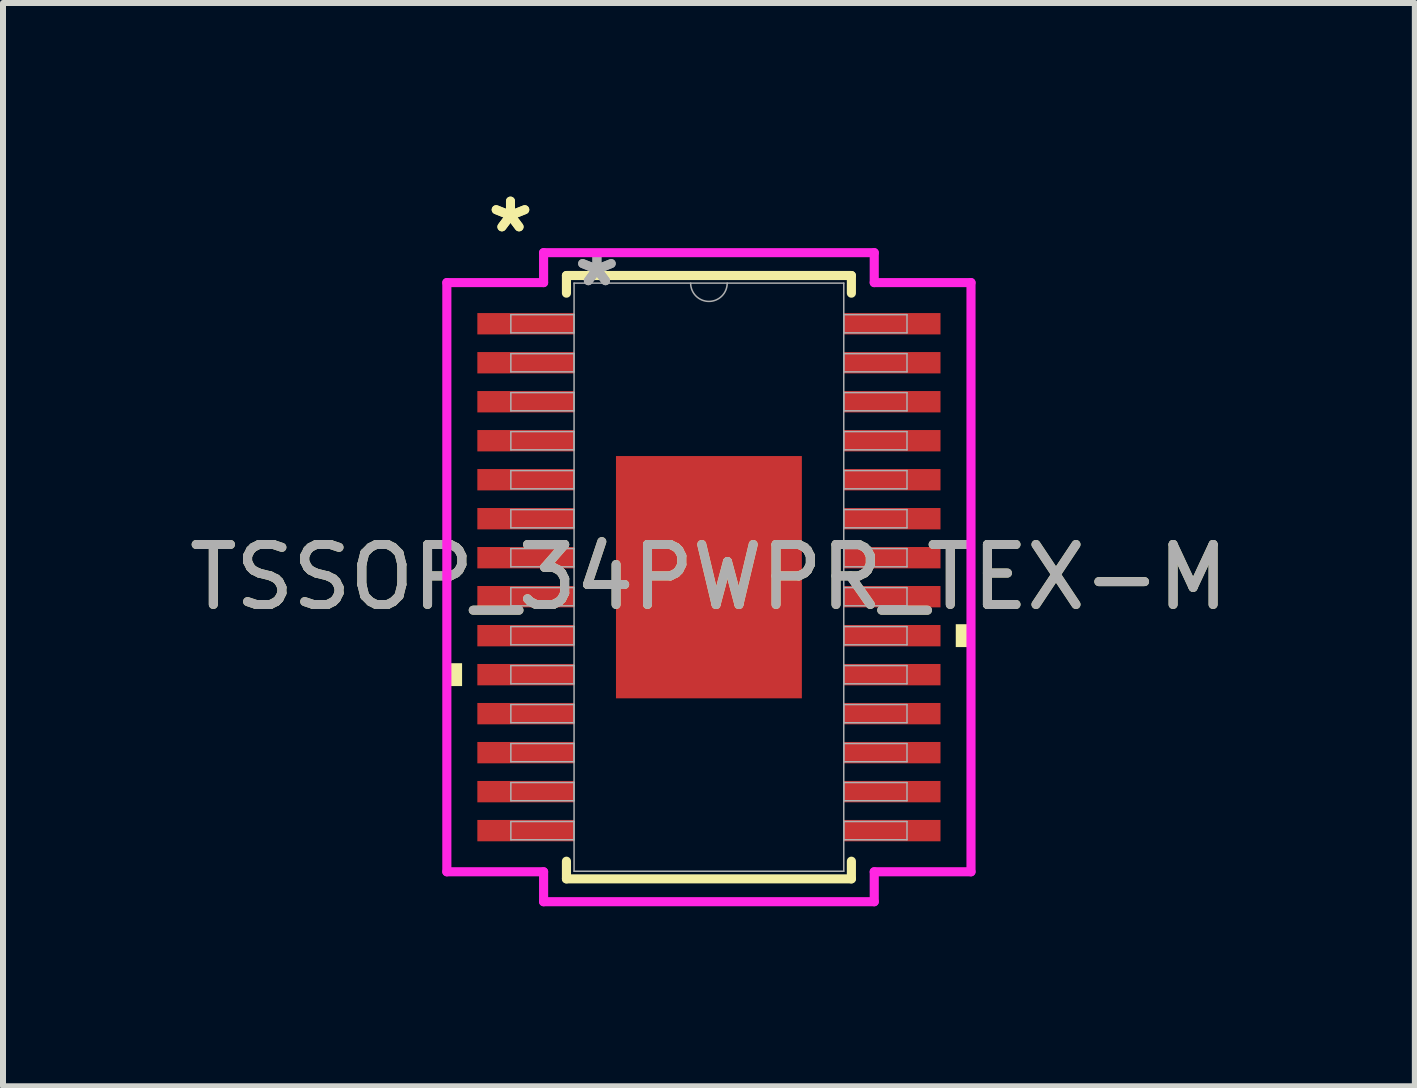
<source format=kicad_pcb>
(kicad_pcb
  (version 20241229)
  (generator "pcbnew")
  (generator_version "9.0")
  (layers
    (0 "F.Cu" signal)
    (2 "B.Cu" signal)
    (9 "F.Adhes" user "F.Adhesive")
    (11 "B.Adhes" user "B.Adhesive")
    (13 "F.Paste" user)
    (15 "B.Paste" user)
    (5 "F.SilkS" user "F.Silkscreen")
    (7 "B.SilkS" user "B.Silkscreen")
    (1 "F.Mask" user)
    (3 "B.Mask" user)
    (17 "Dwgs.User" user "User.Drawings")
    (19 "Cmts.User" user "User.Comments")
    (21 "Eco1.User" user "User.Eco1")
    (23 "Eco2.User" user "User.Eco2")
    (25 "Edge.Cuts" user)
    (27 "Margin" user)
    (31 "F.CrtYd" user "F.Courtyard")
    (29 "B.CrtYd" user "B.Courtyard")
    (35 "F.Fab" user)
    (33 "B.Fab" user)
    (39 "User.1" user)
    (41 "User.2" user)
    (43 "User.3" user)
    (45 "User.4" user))
  (footprint "TSSOP_34PWPR_TEX-M"
    (layer "F.Cu")
    (at 8.768 6.572)
    (property "Reference" "TSSOP_34PWPR_TEX-M" (at 0 0 0) (unlocked yes) (layer "F.SilkS") (effects (font (size 1 1) (thickness 0.15))))
    (attr smd)
    (fp_line (start -2.375 -5.029) (end -2.375 -4.735) (stroke (width 0.152) (type solid)) (layer "F.SilkS"))
    (fp_line (start -2.375 4.735) (end -2.375 5.029) (stroke (width 0.152) (type solid)) (layer "F.SilkS"))
    (fp_line (start -2.375 5.029) (end 2.375 5.029) (stroke (width 0.152) (type solid)) (layer "F.SilkS"))
    (fp_line (start 2.375 -5.029) (end -2.375 -5.029) (stroke (width 0.152) (type solid)) (layer "F.SilkS"))
    (fp_line (start 2.375 -4.735) (end 2.375 -5.029) (stroke (width 0.152) (type solid)) (layer "F.SilkS"))
    (fp_line (start 2.375 5.029) (end 2.375 4.735) (stroke (width 0.152) (type solid)) (layer "F.SilkS"))
    (fp_poly (pts (xy -4.369 1.434) (xy -4.369 1.815) (xy -4.115 1.815) (xy -4.115 1.434)) (stroke (width 0) (type solid)) (fill yes) (layer "F.SilkS"))
    (fp_poly (pts (xy 4.369 0.784) (xy 4.369 1.165) (xy 4.115 1.165) (xy 4.115 0.784)) (stroke (width 0) (type solid)) (fill yes) (layer "F.SilkS"))
    (fp_poly (pts (xy -1.449 -1.919) (xy -1.449 -0.773) (xy -0.1 -0.773) (xy -0.1 -1.919)) (stroke (width 0) (type solid)) (fill yes) (layer "F.Paste"))
    (fp_poly (pts (xy -1.449 -0.573) (xy -1.449 0.573) (xy -0.1 0.573) (xy -0.1 -0.573)) (stroke (width 0) (type solid)) (fill yes) (layer "F.Paste"))
    (fp_poly (pts (xy -1.449 0.773) (xy -1.449 1.919) (xy -0.1 1.919) (xy -0.1 0.773)) (stroke (width 0) (type solid)) (fill yes) (layer "F.Paste"))
    (fp_poly (pts (xy 0.1 -1.919) (xy 0.1 -0.773) (xy 1.449 -0.773) (xy 1.449 -1.919)) (stroke (width 0) (type solid)) (fill yes) (layer "F.Paste"))
    (fp_poly (pts (xy 0.1 -0.573) (xy 0.1 0.573) (xy 1.449 0.573) (xy 1.449 -0.573)) (stroke (width 0) (type solid)) (fill yes) (layer "F.Paste"))
    (fp_poly (pts (xy 0.1 0.773) (xy 0.1 1.919) (xy 1.449 1.919) (xy 1.449 0.773)) (stroke (width 0) (type solid)) (fill yes) (layer "F.Paste"))
    (fp_line (start -4.369 -4.911) (end -2.756 -4.911) (stroke (width 0.152) (type solid)) (layer "F.CrtYd"))
    (fp_line (start -4.369 4.911) (end -4.369 -4.911) (stroke (width 0.152) (type solid)) (layer "F.CrtYd"))
    (fp_line (start -4.369 4.911) (end -2.756 4.911) (stroke (width 0.152) (type solid)) (layer "F.CrtYd"))
    (fp_line (start -2.756 -5.41) (end 2.756 -5.41) (stroke (width 0.152) (type solid)) (layer "F.CrtYd"))
    (fp_line (start -2.756 -4.911) (end -2.756 -5.41) (stroke (width 0.152) (type solid)) (layer "F.CrtYd"))
    (fp_line (start -2.756 5.41) (end -2.756 4.911) (stroke (width 0.152) (type solid)) (layer "F.CrtYd"))
    (fp_line (start 2.756 -5.41) (end 2.756 -4.911) (stroke (width 0.152) (type solid)) (layer "F.CrtYd"))
    (fp_line (start 2.756 4.911) (end 2.756 5.41) (stroke (width 0.152) (type solid)) (layer "F.CrtYd"))
    (fp_line (start 2.756 5.41) (end -2.756 5.41) (stroke (width 0.152) (type solid)) (layer "F.CrtYd"))
    (fp_line (start 4.369 -4.911) (end 2.756 -4.911) (stroke (width 0.152) (type solid)) (layer "F.CrtYd"))
    (fp_line (start 4.369 -4.911) (end 4.369 4.911) (stroke (width 0.152) (type solid)) (layer "F.CrtYd"))
    (fp_line (start 4.369 4.911) (end 2.756 4.911) (stroke (width 0.152) (type solid)) (layer "F.CrtYd"))
    (fp_line (start -3.302 -4.377) (end -3.302 -4.073) (stroke (width 0.025) (type solid)) (layer "F.Fab"))
    (fp_line (start -3.302 -4.073) (end -2.248 -4.073) (stroke (width 0.025) (type solid)) (layer "F.Fab"))
    (fp_line (start -3.302 -3.727) (end -3.302 -3.423) (stroke (width 0.025) (type solid)) (layer "F.Fab"))
    (fp_line (start -3.302 -3.423) (end -2.248 -3.423) (stroke (width 0.025) (type solid)) (layer "F.Fab"))
    (fp_line (start -3.302 -3.077) (end -3.302 -2.773) (stroke (width 0.025) (type solid)) (layer "F.Fab"))
    (fp_line (start -3.302 -2.773) (end -2.248 -2.773) (stroke (width 0.025) (type solid)) (layer "F.Fab"))
    (fp_line (start -3.302 -2.427) (end -3.302 -2.123) (stroke (width 0.025) (type solid)) (layer "F.Fab"))
    (fp_line (start -3.302 -2.123) (end -2.248 -2.123) (stroke (width 0.025) (type solid)) (layer "F.Fab"))
    (fp_line (start -3.302 -1.777) (end -3.302 -1.473) (stroke (width 0.025) (type solid)) (layer "F.Fab"))
    (fp_line (start -3.302 -1.473) (end -2.248 -1.473) (stroke (width 0.025) (type solid)) (layer "F.Fab"))
    (fp_line (start -3.302 -1.127) (end -3.302 -0.823) (stroke (width 0.025) (type solid)) (layer "F.Fab"))
    (fp_line (start -3.302 -0.823) (end -2.248 -0.823) (stroke (width 0.025) (type solid)) (layer "F.Fab"))
    (fp_line (start -3.302 -0.477) (end -3.302 -0.173) (stroke (width 0.025) (type solid)) (layer "F.Fab"))
    (fp_line (start -3.302 -0.173) (end -2.248 -0.173) (stroke (width 0.025) (type solid)) (layer "F.Fab"))
    (fp_line (start -3.302 0.173) (end -3.302 0.477) (stroke (width 0.025) (type solid)) (layer "F.Fab"))
    (fp_line (start -3.302 0.477) (end -2.248 0.477) (stroke (width 0.025) (type solid)) (layer "F.Fab"))
    (fp_line (start -3.302 0.823) (end -3.302 1.127) (stroke (width 0.025) (type solid)) (layer "F.Fab"))
    (fp_line (start -3.302 1.127) (end -2.248 1.127) (stroke (width 0.025) (type solid)) (layer "F.Fab"))
    (fp_line (start -3.302 1.473) (end -3.302 1.777) (stroke (width 0.025) (type solid)) (layer "F.Fab"))
    (fp_line (start -3.302 1.777) (end -2.248 1.777) (stroke (width 0.025) (type solid)) (layer "F.Fab"))
    (fp_line (start -3.302 2.123) (end -3.302 2.427) (stroke (width 0.025) (type solid)) (layer "F.Fab"))
    (fp_line (start -3.302 2.427) (end -2.248 2.427) (stroke (width 0.025) (type solid)) (layer "F.Fab"))
    (fp_line (start -3.302 2.773) (end -3.302 3.077) (stroke (width 0.025) (type solid)) (layer "F.Fab"))
    (fp_line (start -3.302 3.077) (end -2.248 3.077) (stroke (width 0.025) (type solid)) (layer "F.Fab"))
    (fp_line (start -3.302 3.423) (end -3.302 3.727) (stroke (width 0.025) (type solid)) (layer "F.Fab"))
    (fp_line (start -3.302 3.727) (end -2.248 3.727) (stroke (width 0.025) (type solid)) (layer "F.Fab"))
    (fp_line (start -3.302 4.073) (end -3.302 4.377) (stroke (width 0.025) (type solid)) (layer "F.Fab"))
    (fp_line (start -3.302 4.377) (end -2.248 4.377) (stroke (width 0.025) (type solid)) (layer "F.Fab"))
    (fp_line (start -2.248 -4.902) (end -2.248 4.902) (stroke (width 0.025) (type solid)) (layer "F.Fab"))
    (fp_line (start -2.248 -4.377) (end -3.302 -4.377) (stroke (width 0.025) (type solid)) (layer "F.Fab"))
    (fp_line (start -2.248 -4.073) (end -2.248 -4.377) (stroke (width 0.025) (type solid)) (layer "F.Fab"))
    (fp_line (start -2.248 -3.727) (end -3.302 -3.727) (stroke (width 0.025) (type solid)) (layer "F.Fab"))
    (fp_line (start -2.248 -3.423) (end -2.248 -3.727) (stroke (width 0.025) (type solid)) (layer "F.Fab"))
    (fp_line (start -2.248 -3.077) (end -3.302 -3.077) (stroke (width 0.025) (type solid)) (layer "F.Fab"))
    (fp_line (start -2.248 -2.773) (end -2.248 -3.077) (stroke (width 0.025) (type solid)) (layer "F.Fab"))
    (fp_line (start -2.248 -2.427) (end -3.302 -2.427) (stroke (width 0.025) (type solid)) (layer "F.Fab"))
    (fp_line (start -2.248 -2.123) (end -2.248 -2.427) (stroke (width 0.025) (type solid)) (layer "F.Fab"))
    (fp_line (start -2.248 -1.777) (end -3.302 -1.777) (stroke (width 0.025) (type solid)) (layer "F.Fab"))
    (fp_line (start -2.248 -1.473) (end -2.248 -1.777) (stroke (width 0.025) (type solid)) (layer "F.Fab"))
    (fp_line (start -2.248 -1.127) (end -3.302 -1.127) (stroke (width 0.025) (type solid)) (layer "F.Fab"))
    (fp_line (start -2.248 -0.823) (end -2.248 -1.127) (stroke (width 0.025) (type solid)) (layer "F.Fab"))
    (fp_line (start -2.248 -0.477) (end -3.302 -0.477) (stroke (width 0.025) (type solid)) (layer "F.Fab"))
    (fp_line (start -2.248 -0.173) (end -2.248 -0.477) (stroke (width 0.025) (type solid)) (layer "F.Fab"))
    (fp_line (start -2.248 0.173) (end -3.302 0.173) (stroke (width 0.025) (type solid)) (layer "F.Fab"))
    (fp_line (start -2.248 0.477) (end -2.248 0.173) (stroke (width 0.025) (type solid)) (layer "F.Fab"))
    (fp_line (start -2.248 0.823) (end -3.302 0.823) (stroke (width 0.025) (type solid)) (layer "F.Fab"))
    (fp_line (start -2.248 1.127) (end -2.248 0.823) (stroke (width 0.025) (type solid)) (layer "F.Fab"))
    (fp_line (start -2.248 1.473) (end -3.302 1.473) (stroke (width 0.025) (type solid)) (layer "F.Fab"))
    (fp_line (start -2.248 1.777) (end -2.248 1.473) (stroke (width 0.025) (type solid)) (layer "F.Fab"))
    (fp_line (start -2.248 2.123) (end -3.302 2.123) (stroke (width 0.025) (type solid)) (layer "F.Fab"))
    (fp_line (start -2.248 2.427) (end -2.248 2.123) (stroke (width 0.025) (type solid)) (layer "F.Fab"))
    (fp_line (start -2.248 2.773) (end -3.302 2.773) (stroke (width 0.025) (type solid)) (layer "F.Fab"))
    (fp_line (start -2.248 3.077) (end -2.248 2.773) (stroke (width 0.025) (type solid)) (layer "F.Fab"))
    (fp_line (start -2.248 3.423) (end -3.302 3.423) (stroke (width 0.025) (type solid)) (layer "F.Fab"))
    (fp_line (start -2.248 3.727) (end -2.248 3.423) (stroke (width 0.025) (type solid)) (layer "F.Fab"))
    (fp_line (start -2.248 4.073) (end -3.302 4.073) (stroke (width 0.025) (type solid)) (layer "F.Fab"))
    (fp_line (start -2.248 4.377) (end -2.248 4.073) (stroke (width 0.025) (type solid)) (layer "F.Fab"))
    (fp_line (start -2.248 4.902) (end 2.248 4.902) (stroke (width 0.025) (type solid)) (layer "F.Fab"))
    (fp_line (start 2.248 -4.902) (end -2.248 -4.902) (stroke (width 0.025) (type solid)) (layer "F.Fab"))
    (fp_line (start 2.248 -4.377) (end 2.248 -4.073) (stroke (width 0.025) (type solid)) (layer "F.Fab"))
    (fp_line (start 2.248 -4.073) (end 3.302 -4.073) (stroke (width 0.025) (type solid)) (layer "F.Fab"))
    (fp_line (start 2.248 -3.727) (end 2.248 -3.423) (stroke (width 0.025) (type solid)) (layer "F.Fab"))
    (fp_line (start 2.248 -3.423) (end 3.302 -3.423) (stroke (width 0.025) (type solid)) (layer "F.Fab"))
    (fp_line (start 2.248 -3.077) (end 2.248 -2.773) (stroke (width 0.025) (type solid)) (layer "F.Fab"))
    (fp_line (start 2.248 -2.773) (end 3.302 -2.773) (stroke (width 0.025) (type solid)) (layer "F.Fab"))
    (fp_line (start 2.248 -2.427) (end 2.248 -2.123) (stroke (width 0.025) (type solid)) (layer "F.Fab"))
    (fp_line (start 2.248 -2.123) (end 3.302 -2.123) (stroke (width 0.025) (type solid)) (layer "F.Fab"))
    (fp_line (start 2.248 -1.777) (end 2.248 -1.473) (stroke (width 0.025) (type solid)) (layer "F.Fab"))
    (fp_line (start 2.248 -1.473) (end 3.302 -1.473) (stroke (width 0.025) (type solid)) (layer "F.Fab"))
    (fp_line (start 2.248 -1.127) (end 2.248 -0.823) (stroke (width 0.025) (type solid)) (layer "F.Fab"))
    (fp_line (start 2.248 -0.823) (end 3.302 -0.823) (stroke (width 0.025) (type solid)) (layer "F.Fab"))
    (fp_line (start 2.248 -0.477) (end 2.248 -0.173) (stroke (width 0.025) (type solid)) (layer "F.Fab"))
    (fp_line (start 2.248 -0.173) (end 3.302 -0.173) (stroke (width 0.025) (type solid)) (layer "F.Fab"))
    (fp_line (start 2.248 0.173) (end 2.248 0.477) (stroke (width 0.025) (type solid)) (layer "F.Fab"))
    (fp_line (start 2.248 0.477) (end 3.302 0.477) (stroke (width 0.025) (type solid)) (layer "F.Fab"))
    (fp_line (start 2.248 0.823) (end 2.248 1.127) (stroke (width 0.025) (type solid)) (layer "F.Fab"))
    (fp_line (start 2.248 1.127) (end 3.302 1.127) (stroke (width 0.025) (type solid)) (layer "F.Fab"))
    (fp_line (start 2.248 1.473) (end 2.248 1.777) (stroke (width 0.025) (type solid)) (layer "F.Fab"))
    (fp_line (start 2.248 1.777) (end 3.302 1.777) (stroke (width 0.025) (type solid)) (layer "F.Fab"))
    (fp_line (start 2.248 2.123) (end 2.248 2.427) (stroke (width 0.025) (type solid)) (layer "F.Fab"))
    (fp_line (start 2.248 2.427) (end 3.302 2.427) (stroke (width 0.025) (type solid)) (layer "F.Fab"))
    (fp_line (start 2.248 2.773) (end 2.248 3.077) (stroke (width 0.025) (type solid)) (layer "F.Fab"))
    (fp_line (start 2.248 3.077) (end 3.302 3.077) (stroke (width 0.025) (type solid)) (layer "F.Fab"))
    (fp_line (start 2.248 3.423) (end 2.248 3.727) (stroke (width 0.025) (type solid)) (layer "F.Fab"))
    (fp_line (start 2.248 3.727) (end 3.302 3.727) (stroke (width 0.025) (type solid)) (layer "F.Fab"))
    (fp_line (start 2.248 4.073) (end 2.248 4.377) (stroke (width 0.025) (type solid)) (layer "F.Fab"))
    (fp_line (start 2.248 4.377) (end 3.302 4.377) (stroke (width 0.025) (type solid)) (layer "F.Fab"))
    (fp_line (start 2.248 4.902) (end 2.248 -4.902) (stroke (width 0.025) (type solid)) (layer "F.Fab"))
    (fp_line (start 3.302 -4.377) (end 2.248 -4.377) (stroke (width 0.025) (type solid)) (layer "F.Fab"))
    (fp_line (start 3.302 -4.073) (end 3.302 -4.377) (stroke (width 0.025) (type solid)) (layer "F.Fab"))
    (fp_line (start 3.302 -3.727) (end 2.248 -3.727) (stroke (width 0.025) (type solid)) (layer "F.Fab"))
    (fp_line (start 3.302 -3.423) (end 3.302 -3.727) (stroke (width 0.025) (type solid)) (layer "F.Fab"))
    (fp_line (start 3.302 -3.077) (end 2.248 -3.077) (stroke (width 0.025) (type solid)) (layer "F.Fab"))
    (fp_line (start 3.302 -2.773) (end 3.302 -3.077) (stroke (width 0.025) (type solid)) (layer "F.Fab"))
    (fp_line (start 3.302 -2.427) (end 2.248 -2.427) (stroke (width 0.025) (type solid)) (layer "F.Fab"))
    (fp_line (start 3.302 -2.123) (end 3.302 -2.427) (stroke (width 0.025) (type solid)) (layer "F.Fab"))
    (fp_line (start 3.302 -1.777) (end 2.248 -1.777) (stroke (width 0.025) (type solid)) (layer "F.Fab"))
    (fp_line (start 3.302 -1.473) (end 3.302 -1.777) (stroke (width 0.025) (type solid)) (layer "F.Fab"))
    (fp_line (start 3.302 -1.127) (end 2.248 -1.127) (stroke (width 0.025) (type solid)) (layer "F.Fab"))
    (fp_line (start 3.302 -0.823) (end 3.302 -1.127) (stroke (width 0.025) (type solid)) (layer "F.Fab"))
    (fp_line (start 3.302 -0.477) (end 2.248 -0.477) (stroke (width 0.025) (type solid)) (layer "F.Fab"))
    (fp_line (start 3.302 -0.173) (end 3.302 -0.477) (stroke (width 0.025) (type solid)) (layer "F.Fab"))
    (fp_line (start 3.302 0.173) (end 2.248 0.173) (stroke (width 0.025) (type solid)) (layer "F.Fab"))
    (fp_line (start 3.302 0.477) (end 3.302 0.173) (stroke (width 0.025) (type solid)) (layer "F.Fab"))
    (fp_line (start 3.302 0.823) (end 2.248 0.823) (stroke (width 0.025) (type solid)) (layer "F.Fab"))
    (fp_line (start 3.302 1.127) (end 3.302 0.823) (stroke (width 0.025) (type solid)) (layer "F.Fab"))
    (fp_line (start 3.302 1.473) (end 2.248 1.473) (stroke (width 0.025) (type solid)) (layer "F.Fab"))
    (fp_line (start 3.302 1.777) (end 3.302 1.473) (stroke (width 0.025) (type solid)) (layer "F.Fab"))
    (fp_line (start 3.302 2.123) (end 2.248 2.123) (stroke (width 0.025) (type solid)) (layer "F.Fab"))
    (fp_line (start 3.302 2.427) (end 3.302 2.123) (stroke (width 0.025) (type solid)) (layer "F.Fab"))
    (fp_line (start 3.302 2.773) (end 2.248 2.773) (stroke (width 0.025) (type solid)) (layer "F.Fab"))
    (fp_line (start 3.302 3.077) (end 3.302 2.773) (stroke (width 0.025) (type solid)) (layer "F.Fab"))
    (fp_line (start 3.302 3.423) (end 2.248 3.423) (stroke (width 0.025) (type solid)) (layer "F.Fab"))
    (fp_line (start 3.302 3.727) (end 3.302 3.423) (stroke (width 0.025) (type solid)) (layer "F.Fab"))
    (fp_line (start 3.302 4.073) (end 2.248 4.073) (stroke (width 0.025) (type solid)) (layer "F.Fab"))
    (fp_line (start 3.302 4.377) (end 3.302 4.073) (stroke (width 0.025) (type solid)) (layer "F.Fab"))
    (fp_arc (start 0.3048 -4.9022) (mid 0 -4.5974) (end -0.3048 -4.9022) (stroke (width 0.0254) (type solid)) (layer "F.Fab"))
    (fp_text user "*" (at -3.308 -5.724 0) (unlocked yes) (layer "F.SilkS") (effects (font (size 1 1) (thickness 0.15))))
    (fp_text user "*" (at -3.308 -5.724 0) (layer "F.SilkS") (effects (font (size 1 1) (thickness 0.15))))
    (fp_text user "*" (at -1.867 -4.826 0) (unlocked yes) (layer "F.Fab") (effects (font (size 1 1) (thickness 0.15))))
    (fp_text user "${REFERENCE}" (at 0 0 0) (unlocked yes) (layer "F.Fab") (effects (font (size 1 1) (thickness 0.15))))
    (fp_text user "*" (at -1.867 -4.826 0) (layer "F.Fab") (effects (font (size 1 1) (thickness 0.15))))
    (pad "1" smd rect (at -3.054 -4.225) (size 1.613 0.356) (layers "F.Cu" "F.Mask" "F.Paste"))
    (pad "2" smd rect (at -3.054 -3.575) (size 1.613 0.356) (layers "F.Cu" "F.Mask" "F.Paste"))
    (pad "3" smd rect (at -3.054 -2.925) (size 1.613 0.356) (layers "F.Cu" "F.Mask" "F.Paste"))
    (pad "4" smd rect (at -3.054 -2.275) (size 1.613 0.356) (layers "F.Cu" "F.Mask" "F.Paste"))
    (pad "5" smd rect (at -3.054 -1.625) (size 1.613 0.356) (layers "F.Cu" "F.Mask" "F.Paste"))
    (pad "6" smd rect (at -3.054 -0.975) (size 1.613 0.356) (layers "F.Cu" "F.Mask" "F.Paste"))
    (pad "7" smd rect (at -3.054 -0.325) (size 1.613 0.356) (layers "F.Cu" "F.Mask" "F.Paste"))
    (pad "8" smd rect (at -3.054 0.325) (size 1.613 0.356) (layers "F.Cu" "F.Mask" "F.Paste"))
    (pad "9" smd rect (at -3.054 0.975) (size 1.613 0.356) (layers "F.Cu" "F.Mask" "F.Paste"))
    (pad "10" smd rect (at -3.054 1.625) (size 1.613 0.356) (layers "F.Cu" "F.Mask" "F.Paste"))
    (pad "11" smd rect (at -3.054 2.275) (size 1.613 0.356) (layers "F.Cu" "F.Mask" "F.Paste"))
    (pad "12" smd rect (at -3.054 2.925) (size 1.613 0.356) (layers "F.Cu" "F.Mask" "F.Paste"))
    (pad "13" smd rect (at -3.054 3.575) (size 1.613 0.356) (layers "F.Cu" "F.Mask" "F.Paste"))
    (pad "14" smd rect (at -3.054 4.225) (size 1.613 0.356) (layers "F.Cu" "F.Mask" "F.Paste"))
    (pad "15" smd rect (at 3.054 4.225) (size 1.613 0.356) (layers "F.Cu" "F.Mask" "F.Paste"))
    (pad "16" smd rect (at 3.054 3.575) (size 1.613 0.356) (layers "F.Cu" "F.Mask" "F.Paste"))
    (pad "17" smd rect (at 3.054 2.925) (size 1.613 0.356) (layers "F.Cu" "F.Mask" "F.Paste"))
    (pad "18" smd rect (at 3.054 2.275) (size 1.613 0.356) (layers "F.Cu" "F.Mask" "F.Paste"))
    (pad "19" smd rect (at 3.054 1.625) (size 1.613 0.356) (layers "F.Cu" "F.Mask" "F.Paste"))
    (pad "20" smd rect (at 3.054 0.975) (size 1.613 0.356) (layers "F.Cu" "F.Mask" "F.Paste"))
    (pad "21" smd rect (at 3.054 0.325) (size 1.613 0.356) (layers "F.Cu" "F.Mask" "F.Paste"))
    (pad "22" smd rect (at 3.054 -0.325) (size 1.613 0.356) (layers "F.Cu" "F.Mask" "F.Paste"))
    (pad "23" smd rect (at 3.054 -0.975) (size 1.613 0.356) (layers "F.Cu" "F.Mask" "F.Paste"))
    (pad "24" smd rect (at 3.054 -1.625) (size 1.613 0.356) (layers "F.Cu" "F.Mask" "F.Paste"))
    (pad "25" smd rect (at 3.054 -2.275) (size 1.613 0.356) (layers "F.Cu" "F.Mask" "F.Paste"))
    (pad "26" smd rect (at 3.054 -2.925) (size 1.613 0.356) (layers "F.Cu" "F.Mask" "F.Paste"))
    (pad "27" smd rect (at 3.054 -3.575) (size 1.613 0.356) (layers "F.Cu" "F.Mask" "F.Paste"))
    (pad "28" smd rect (at 3.054 -4.225) (size 1.613 0.356) (layers "F.Cu" "F.Mask" "F.Paste"))
    (pad "EPAD" smd rect (at 0 0) (size 3.099 4.039) (layers "F.Cu" "F.Mask")))
  (gr_rect
    (start -3 -3)
    (end 20.536 15.058)
    (stroke (width 0.1) (type default))
    (fill no)
    (layer "Edge.Cuts")))
</source>
